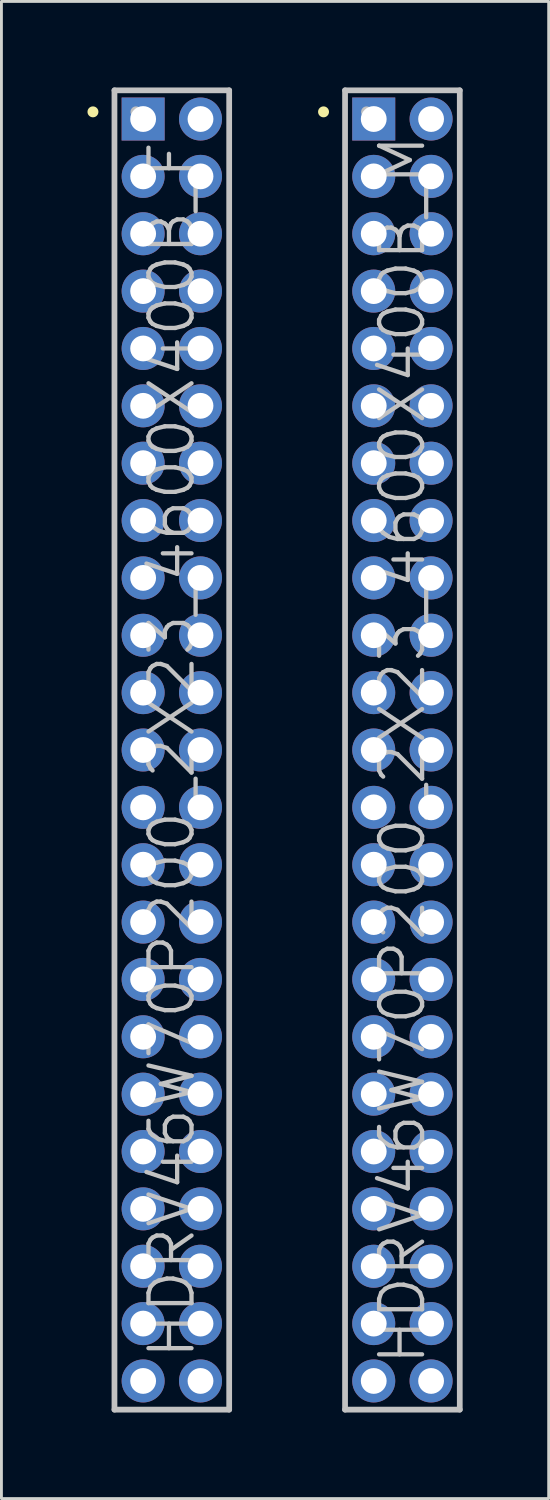
<source format=kicad_pcb>
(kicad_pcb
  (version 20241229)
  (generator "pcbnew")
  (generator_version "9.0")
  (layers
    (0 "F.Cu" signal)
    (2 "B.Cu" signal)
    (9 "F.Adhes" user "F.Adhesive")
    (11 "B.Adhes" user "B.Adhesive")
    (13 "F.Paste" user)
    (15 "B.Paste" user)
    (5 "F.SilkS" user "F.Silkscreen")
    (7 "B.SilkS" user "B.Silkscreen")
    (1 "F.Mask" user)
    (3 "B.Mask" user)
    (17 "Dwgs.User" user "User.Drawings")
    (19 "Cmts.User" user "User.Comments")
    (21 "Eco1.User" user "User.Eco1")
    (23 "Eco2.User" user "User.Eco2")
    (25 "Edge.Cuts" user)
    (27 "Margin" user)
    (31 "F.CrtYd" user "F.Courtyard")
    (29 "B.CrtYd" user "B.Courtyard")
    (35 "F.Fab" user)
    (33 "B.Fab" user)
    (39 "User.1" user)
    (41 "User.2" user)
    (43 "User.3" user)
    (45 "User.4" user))
  (footprint "HDRV46W70P200_2X23_4600X400B_M"
    (layer "F.Cu")
    (at 10.981 23.1)
    (property "Reference" "HDRV46W70P200_2X23_4600X400B_M" (at 0 0 90) (layer "Dwgs.User") (effects (font (size 1.5 1.5) (thickness 0.15))))
    (attr through_hole)
    (fp_line (start -2.75 -22.25) (end -2.75 -22.25) (stroke (width 0.381) (type solid)) (layer "F.SilkS"))
    (fp_line (start -2 -23) (end -2 23) (stroke (width 0.2) (type solid)) (layer "Dwgs.User"))
    (fp_line (start -2 -23) (end 2 -23) (stroke (width 0.2) (type solid)) (layer "Dwgs.User"))
    (fp_line (start -2 23) (end 2 23) (stroke (width 0.2) (type solid)) (layer "Dwgs.User"))
    (fp_line (start -1.25 -22.25) (end -1.25 -22.25) (stroke (width 0.381) (type solid)) (layer "Dwgs.User"))
    (fp_line (start 2 -23) (end 2 23) (stroke (width 0.2) (type solid)) (layer "Dwgs.User"))
    (pad "1" thru_hole rect (at -1 -22) (size 1.5 1.5) (drill 0.9) (layers "*.Cu" "*.Mask"))
    (pad "2" thru_hole circle (at 1 -22 270) (size 1.5 1.5) (drill 0.9) (layers "*.Cu" "*.Mask"))
    (pad "3" thru_hole circle (at -1 -20 270) (size 1.5 1.5) (drill 0.9) (layers "*.Cu" "*.Mask"))
    (pad "4" thru_hole circle (at 1 -20 270) (size 1.5 1.5) (drill 0.9) (layers "*.Cu" "*.Mask"))
    (pad "5" thru_hole circle (at -1 -18 270) (size 1.5 1.5) (drill 0.9) (layers "*.Cu" "*.Mask"))
    (pad "6" thru_hole circle (at 1 -18 270) (size 1.5 1.5) (drill 0.9) (layers "*.Cu" "*.Mask"))
    (pad "7" thru_hole circle (at -1 -16 270) (size 1.5 1.5) (drill 0.9) (layers "*.Cu" "*.Mask"))
    (pad "8" thru_hole circle (at 1 -16 270) (size 1.5 1.5) (drill 0.9) (layers "*.Cu" "*.Mask"))
    (pad "9" thru_hole circle (at -1 -14 270) (size 1.5 1.5) (drill 0.9) (layers "*.Cu" "*.Mask"))
    (pad "10" thru_hole circle (at 1 -14 270) (size 1.5 1.5) (drill 0.9) (layers "*.Cu" "*.Mask"))
    (pad "11" thru_hole circle (at -1 -12 270) (size 1.5 1.5) (drill 0.9) (layers "*.Cu" "*.Mask"))
    (pad "12" thru_hole circle (at 1 -12 270) (size 1.5 1.5) (drill 0.9) (layers "*.Cu" "*.Mask"))
    (pad "13" thru_hole circle (at -1 -10 270) (size 1.5 1.5) (drill 0.9) (layers "*.Cu" "*.Mask"))
    (pad "14" thru_hole circle (at 1 -10 270) (size 1.5 1.5) (drill 0.9) (layers "*.Cu" "*.Mask"))
    (pad "15" thru_hole circle (at -1 -8 270) (size 1.5 1.5) (drill 0.9) (layers "*.Cu" "*.Mask"))
    (pad "16" thru_hole circle (at 1 -8 270) (size 1.5 1.5) (drill 0.9) (layers "*.Cu" "*.Mask"))
    (pad "17" thru_hole circle (at -1 -6 270) (size 1.5 1.5) (drill 0.9) (layers "*.Cu" "*.Mask"))
    (pad "18" thru_hole circle (at 1 -6 270) (size 1.5 1.5) (drill 0.9) (layers "*.Cu" "*.Mask"))
    (pad "19" thru_hole circle (at -1 -4 270) (size 1.5 1.5) (drill 0.9) (layers "*.Cu" "*.Mask"))
    (pad "20" thru_hole circle (at 1 -4 270) (size 1.5 1.5) (drill 0.9) (layers "*.Cu" "*.Mask"))
    (pad "21" thru_hole circle (at -1 -2 270) (size 1.5 1.5) (drill 0.9) (layers "*.Cu" "*.Mask"))
    (pad "22" thru_hole circle (at 1 -2 270) (size 1.5 1.5) (drill 0.9) (layers "*.Cu" "*.Mask"))
    (pad "23" thru_hole circle (at -1 0 270) (size 1.5 1.5) (drill 0.9) (layers "*.Cu" "*.Mask"))
    (pad "24" thru_hole circle (at 1 0 270) (size 1.5 1.5) (drill 0.9) (layers "*.Cu" "*.Mask"))
    (pad "25" thru_hole circle (at -1 2 270) (size 1.5 1.5) (drill 0.9) (layers "*.Cu" "*.Mask"))
    (pad "26" thru_hole circle (at 1 2 270) (size 1.5 1.5) (drill 0.9) (layers "*.Cu" "*.Mask"))
    (pad "27" thru_hole circle (at -1 4 270) (size 1.5 1.5) (drill 0.9) (layers "*.Cu" "*.Mask"))
    (pad "28" thru_hole circle (at 1 4 270) (size 1.5 1.5) (drill 0.9) (layers "*.Cu" "*.Mask"))
    (pad "29" thru_hole circle (at -1 6 270) (size 1.5 1.5) (drill 0.9) (layers "*.Cu" "*.Mask"))
    (pad "30" thru_hole circle (at 1 6 270) (size 1.5 1.5) (drill 0.9) (layers "*.Cu" "*.Mask"))
    (pad "31" thru_hole circle (at -1 8 270) (size 1.5 1.5) (drill 0.9) (layers "*.Cu" "*.Mask"))
    (pad "32" thru_hole circle (at 1 8 270) (size 1.5 1.5) (drill 0.9) (layers "*.Cu" "*.Mask"))
    (pad "33" thru_hole circle (at -1 10 270) (size 1.5 1.5) (drill 0.9) (layers "*.Cu" "*.Mask"))
    (pad "34" thru_hole circle (at 1 10 270) (size 1.5 1.5) (drill 0.9) (layers "*.Cu" "*.Mask"))
    (pad "35" thru_hole circle (at -1 12 270) (size 1.5 1.5) (drill 0.9) (layers "*.Cu" "*.Mask"))
    (pad "36" thru_hole circle (at 1 12 270) (size 1.5 1.5) (drill 0.9) (layers "*.Cu" "*.Mask"))
    (pad "37" thru_hole circle (at -1 14 270) (size 1.5 1.5) (drill 0.9) (layers "*.Cu" "*.Mask"))
    (pad "38" thru_hole circle (at 1 14 270) (size 1.5 1.5) (drill 0.9) (layers "*.Cu" "*.Mask"))
    (pad "39" thru_hole circle (at -1 16 270) (size 1.5 1.5) (drill 0.9) (layers "*.Cu" "*.Mask"))
    (pad "40" thru_hole circle (at 1 16 270) (size 1.5 1.5) (drill 0.9) (layers "*.Cu" "*.Mask"))
    (pad "41" thru_hole circle (at -1 18 270) (size 1.5 1.5) (drill 0.9) (layers "*.Cu" "*.Mask"))
    (pad "42" thru_hole circle (at 1 18 270) (size 1.5 1.5) (drill 0.9) (layers "*.Cu" "*.Mask"))
    (pad "43" thru_hole circle (at -1 20 270) (size 1.5 1.5) (drill 0.9) (layers "*.Cu" "*.Mask"))
    (pad "44" thru_hole circle (at 1 20 270) (size 1.5 1.5) (drill 0.9) (layers "*.Cu" "*.Mask"))
    (pad "45" thru_hole circle (at -1 22 270) (size 1.5 1.5) (drill 0.9) (layers "*.Cu" "*.Mask"))
    (pad "46" thru_hole circle (at 1 22 270) (size 1.5 1.5) (drill 0.9) (layers "*.Cu" "*.Mask")))
  (footprint "HDRV46W70P200_2X23_4600X400B_F"
    (layer "F.Cu")
    (at 2.941 23.1)
    (property "Reference" "HDRV46W70P200_2X23_4600X400B_F" (at 0 0 90) (layer "Dwgs.User") (effects (font (size 1.5 1.5) (thickness 0.15))))
    (attr through_hole)
    (fp_line (start -2.75 -22.25) (end -2.75 -22.25) (stroke (width 0.381) (type solid)) (layer "F.SilkS"))
    (fp_line (start -2 -23) (end -2 23) (stroke (width 0.2) (type solid)) (layer "Dwgs.User"))
    (fp_line (start -2 -23) (end 2 -23) (stroke (width 0.2) (type solid)) (layer "Dwgs.User"))
    (fp_line (start -2 23) (end 2 23) (stroke (width 0.2) (type solid)) (layer "Dwgs.User"))
    (fp_line (start -1.25 -22.25) (end -1.25 -22.25) (stroke (width 0.381) (type solid)) (layer "Dwgs.User"))
    (fp_line (start 2 -23) (end 2 23) (stroke (width 0.2) (type solid)) (layer "Dwgs.User"))
    (pad "1" thru_hole rect (at -1 -22) (size 1.5 1.5) (drill 0.9) (layers "*.Cu" "*.Mask"))
    (pad "2" thru_hole circle (at 1 -22 270) (size 1.5 1.5) (drill 0.9) (layers "*.Cu" "*.Mask"))
    (pad "3" thru_hole circle (at -1 -20 270) (size 1.5 1.5) (drill 0.9) (layers "*.Cu" "*.Mask"))
    (pad "4" thru_hole circle (at 1 -20 270) (size 1.5 1.5) (drill 0.9) (layers "*.Cu" "*.Mask"))
    (pad "5" thru_hole circle (at -1 -18 270) (size 1.5 1.5) (drill 0.9) (layers "*.Cu" "*.Mask"))
    (pad "6" thru_hole circle (at 1 -18 270) (size 1.5 1.5) (drill 0.9) (layers "*.Cu" "*.Mask"))
    (pad "7" thru_hole circle (at -1 -16 270) (size 1.5 1.5) (drill 0.9) (layers "*.Cu" "*.Mask"))
    (pad "8" thru_hole circle (at 1 -16 270) (size 1.5 1.5) (drill 0.9) (layers "*.Cu" "*.Mask"))
    (pad "9" thru_hole circle (at -1 -14 270) (size 1.5 1.5) (drill 0.9) (layers "*.Cu" "*.Mask"))
    (pad "10" thru_hole circle (at 1 -14 270) (size 1.5 1.5) (drill 0.9) (layers "*.Cu" "*.Mask"))
    (pad "11" thru_hole circle (at -1 -12 270) (size 1.5 1.5) (drill 0.9) (layers "*.Cu" "*.Mask"))
    (pad "12" thru_hole circle (at 1 -12 270) (size 1.5 1.5) (drill 0.9) (layers "*.Cu" "*.Mask"))
    (pad "13" thru_hole circle (at -1 -10 270) (size 1.5 1.5) (drill 0.9) (layers "*.Cu" "*.Mask"))
    (pad "14" thru_hole circle (at 1 -10 270) (size 1.5 1.5) (drill 0.9) (layers "*.Cu" "*.Mask"))
    (pad "15" thru_hole circle (at -1 -8 270) (size 1.5 1.5) (drill 0.9) (layers "*.Cu" "*.Mask"))
    (pad "16" thru_hole circle (at 1 -8 270) (size 1.5 1.5) (drill 0.9) (layers "*.Cu" "*.Mask"))
    (pad "17" thru_hole circle (at -1 -6 270) (size 1.5 1.5) (drill 0.9) (layers "*.Cu" "*.Mask"))
    (pad "18" thru_hole circle (at 1 -6 270) (size 1.5 1.5) (drill 0.9) (layers "*.Cu" "*.Mask"))
    (pad "19" thru_hole circle (at -1 -4 270) (size 1.5 1.5) (drill 0.9) (layers "*.Cu" "*.Mask"))
    (pad "20" thru_hole circle (at 1 -4 270) (size 1.5 1.5) (drill 0.9) (layers "*.Cu" "*.Mask"))
    (pad "21" thru_hole circle (at -1 -2 270) (size 1.5 1.5) (drill 0.9) (layers "*.Cu" "*.Mask"))
    (pad "22" thru_hole circle (at 1 -2 270) (size 1.5 1.5) (drill 0.9) (layers "*.Cu" "*.Mask"))
    (pad "23" thru_hole circle (at -1 0 270) (size 1.5 1.5) (drill 0.9) (layers "*.Cu" "*.Mask"))
    (pad "24" thru_hole circle (at 1 0 270) (size 1.5 1.5) (drill 0.9) (layers "*.Cu" "*.Mask"))
    (pad "25" thru_hole circle (at -1 2 270) (size 1.5 1.5) (drill 0.9) (layers "*.Cu" "*.Mask"))
    (pad "26" thru_hole circle (at 1 2 270) (size 1.5 1.5) (drill 0.9) (layers "*.Cu" "*.Mask"))
    (pad "27" thru_hole circle (at -1 4 270) (size 1.5 1.5) (drill 0.9) (layers "*.Cu" "*.Mask"))
    (pad "28" thru_hole circle (at 1 4 270) (size 1.5 1.5) (drill 0.9) (layers "*.Cu" "*.Mask"))
    (pad "29" thru_hole circle (at -1 6 270) (size 1.5 1.5) (drill 0.9) (layers "*.Cu" "*.Mask"))
    (pad "30" thru_hole circle (at 1 6 270) (size 1.5 1.5) (drill 0.9) (layers "*.Cu" "*.Mask"))
    (pad "31" thru_hole circle (at -1 8 270) (size 1.5 1.5) (drill 0.9) (layers "*.Cu" "*.Mask"))
    (pad "32" thru_hole circle (at 1 8 270) (size 1.5 1.5) (drill 0.9) (layers "*.Cu" "*.Mask"))
    (pad "33" thru_hole circle (at -1 10 270) (size 1.5 1.5) (drill 0.9) (layers "*.Cu" "*.Mask"))
    (pad "34" thru_hole circle (at 1 10 270) (size 1.5 1.5) (drill 0.9) (layers "*.Cu" "*.Mask"))
    (pad "35" thru_hole circle (at -1 12 270) (size 1.5 1.5) (drill 0.9) (layers "*.Cu" "*.Mask"))
    (pad "36" thru_hole circle (at 1 12 270) (size 1.5 1.5) (drill 0.9) (layers "*.Cu" "*.Mask"))
    (pad "37" thru_hole circle (at -1 14 270) (size 1.5 1.5) (drill 0.9) (layers "*.Cu" "*.Mask"))
    (pad "38" thru_hole circle (at 1 14 270) (size 1.5 1.5) (drill 0.9) (layers "*.Cu" "*.Mask"))
    (pad "39" thru_hole circle (at -1 16 270) (size 1.5 1.5) (drill 0.9) (layers "*.Cu" "*.Mask"))
    (pad "40" thru_hole circle (at 1 16 270) (size 1.5 1.5) (drill 0.9) (layers "*.Cu" "*.Mask"))
    (pad "41" thru_hole circle (at -1 18 270) (size 1.5 1.5) (drill 0.9) (layers "*.Cu" "*.Mask"))
    (pad "42" thru_hole circle (at 1 18 270) (size 1.5 1.5) (drill 0.9) (layers "*.Cu" "*.Mask"))
    (pad "43" thru_hole circle (at -1 20 270) (size 1.5 1.5) (drill 0.9) (layers "*.Cu" "*.Mask"))
    (pad "44" thru_hole circle (at 1 20 270) (size 1.5 1.5) (drill 0.9) (layers "*.Cu" "*.Mask"))
    (pad "45" thru_hole circle (at -1 22 270) (size 1.5 1.5) (drill 0.9) (layers "*.Cu" "*.Mask"))
    (pad "46" thru_hole circle (at 1 22 270) (size 1.5 1.5) (drill 0.9) (layers "*.Cu" "*.Mask")))
  (gr_rect
    (start -3 -3)
    (end 16.081 49.2)
    (stroke (width 0.1) (type default))
    (fill no)
    (layer "Edge.Cuts")))
</source>
